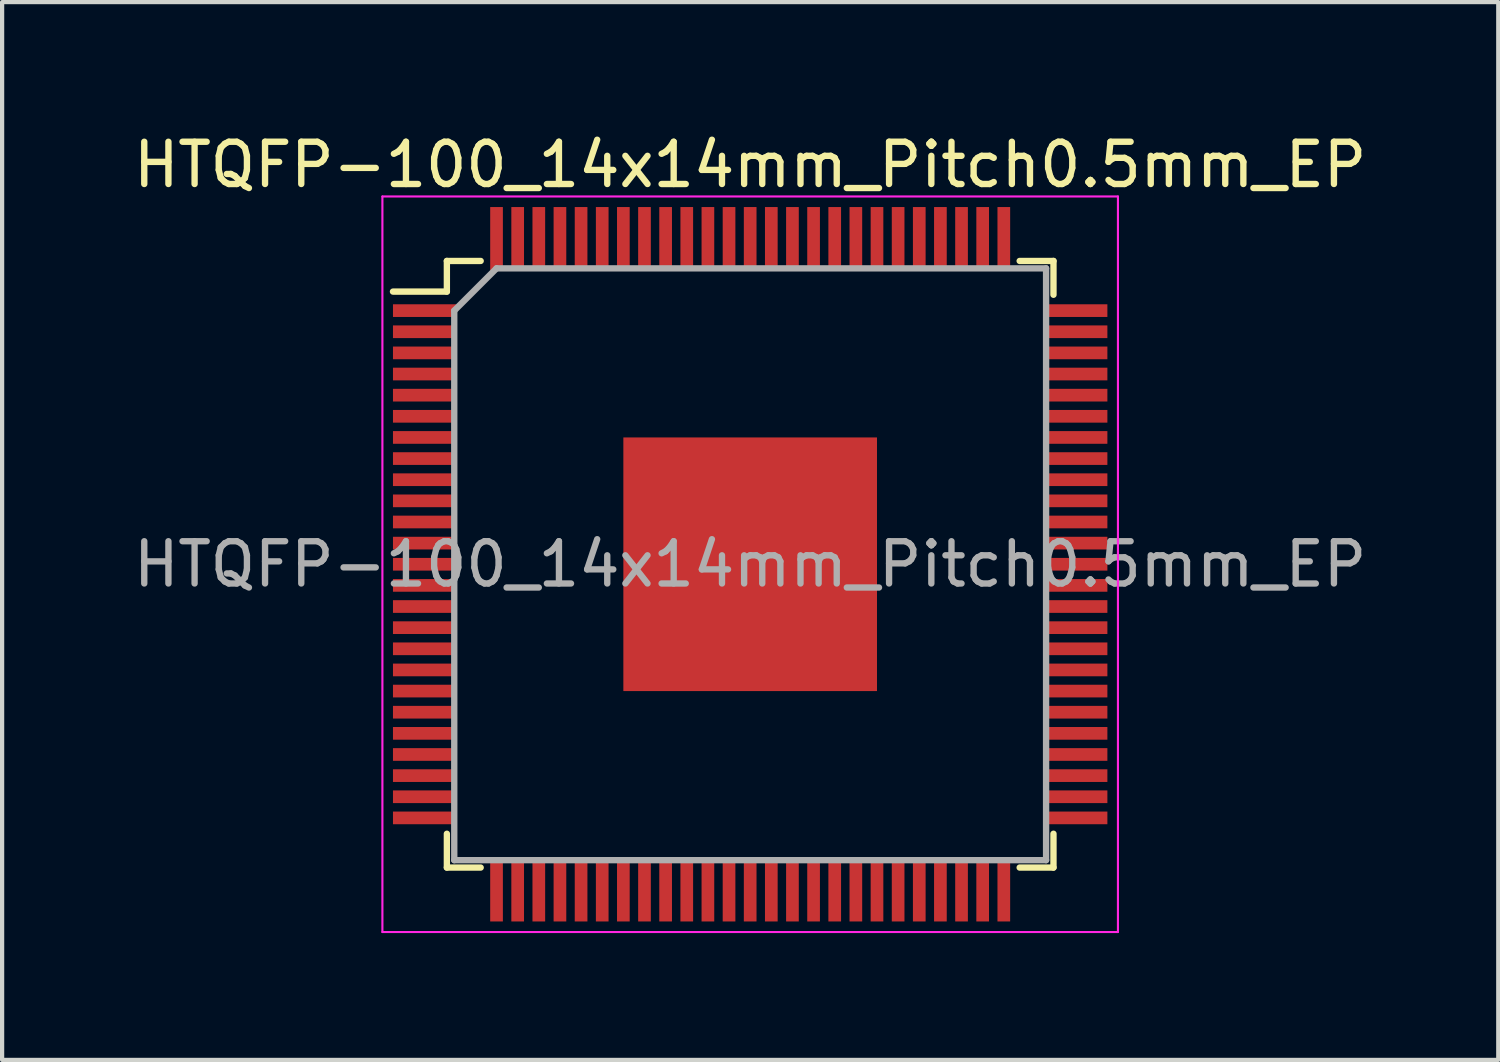
<source format=kicad_pcb>
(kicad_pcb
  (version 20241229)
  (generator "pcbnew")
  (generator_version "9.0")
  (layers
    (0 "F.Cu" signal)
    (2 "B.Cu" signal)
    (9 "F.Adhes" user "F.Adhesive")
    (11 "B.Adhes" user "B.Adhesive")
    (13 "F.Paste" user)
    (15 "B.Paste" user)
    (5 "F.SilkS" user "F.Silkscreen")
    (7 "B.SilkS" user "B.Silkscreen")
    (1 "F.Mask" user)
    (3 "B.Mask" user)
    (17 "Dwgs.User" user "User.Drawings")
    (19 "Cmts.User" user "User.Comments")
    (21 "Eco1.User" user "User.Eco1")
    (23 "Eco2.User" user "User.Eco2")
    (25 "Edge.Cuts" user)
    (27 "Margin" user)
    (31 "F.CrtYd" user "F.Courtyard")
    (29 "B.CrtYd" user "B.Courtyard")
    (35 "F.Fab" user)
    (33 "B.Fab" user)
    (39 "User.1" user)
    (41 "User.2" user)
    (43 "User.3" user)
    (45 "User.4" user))
  (footprint "HTQFP-100_14x14mm_Pitch0.5mm_EP"
    (layer "F.Cu")
    (at 14.696 10.298)
    (property "Reference" "HTQFP-100_14x14mm_Pitch0.5mm_EP" (at 0 -9.45 0) (layer "F.SilkS") (effects (font (size 1 1) (thickness 0.15))))
    (attr smd)
    (fp_line (start -7.175 -7.175) (end -7.175 -6.45) (stroke (width 0.15) (type solid)) (layer "F.SilkS"))
    (fp_line (start -7.175 -7.175) (end -6.375 -7.175) (stroke (width 0.15) (type solid)) (layer "F.SilkS"))
    (fp_line (start -7.175 -6.45) (end -8.45 -6.45) (stroke (width 0.15) (type solid)) (layer "F.SilkS"))
    (fp_line (start -7.175 7.175) (end -7.175 6.375) (stroke (width 0.15) (type solid)) (layer "F.SilkS"))
    (fp_line (start -7.175 7.175) (end -6.375 7.175) (stroke (width 0.15) (type solid)) (layer "F.SilkS"))
    (fp_line (start 7.175 -7.175) (end 6.375 -7.175) (stroke (width 0.15) (type solid)) (layer "F.SilkS"))
    (fp_line (start 7.175 -7.175) (end 7.175 -6.375) (stroke (width 0.15) (type solid)) (layer "F.SilkS"))
    (fp_line (start 7.175 7.175) (end 6.375 7.175) (stroke (width 0.15) (type solid)) (layer "F.SilkS"))
    (fp_line (start 7.175 7.175) (end 7.175 6.375) (stroke (width 0.15) (type solid)) (layer "F.SilkS"))
    (fp_line (start -8.7 -8.7) (end -8.7 8.7) (stroke (width 0.05) (type solid)) (layer "F.CrtYd"))
    (fp_line (start -8.7 -8.7) (end 8.7 -8.7) (stroke (width 0.05) (type solid)) (layer "F.CrtYd"))
    (fp_line (start -8.7 8.7) (end 8.7 8.7) (stroke (width 0.05) (type solid)) (layer "F.CrtYd"))
    (fp_line (start 8.7 -8.7) (end 8.7 8.7) (stroke (width 0.05) (type solid)) (layer "F.CrtYd"))
    (fp_line (start -7 -6) (end -6 -7) (stroke (width 0.15) (type solid)) (layer "F.Fab"))
    (fp_line (start -7 7) (end -7 -6) (stroke (width 0.15) (type solid)) (layer "F.Fab"))
    (fp_line (start -6 -7) (end 7 -7) (stroke (width 0.15) (type solid)) (layer "F.Fab"))
    (fp_line (start 7 -7) (end 7 7) (stroke (width 0.15) (type solid)) (layer "F.Fab"))
    (fp_line (start 7 7) (end -7 7) (stroke (width 0.15) (type solid)) (layer "F.Fab"))
    (fp_text user "${REFERENCE}" (at 0 0 0) (layer "F.Fab") (effects (font (size 1 1) (thickness 0.15))))
    (pad "1" smd rect (at -7.7 -6) (size 1.5 0.3) (layers "F.Cu" "F.Mask" "F.Paste"))
    (pad "2" smd rect (at -7.7 -5.5) (size 1.5 0.3) (layers "F.Cu" "F.Mask" "F.Paste"))
    (pad "3" smd rect (at -7.7 -5) (size 1.5 0.3) (layers "F.Cu" "F.Mask" "F.Paste"))
    (pad "4" smd rect (at -7.7 -4.5) (size 1.5 0.3) (layers "F.Cu" "F.Mask" "F.Paste"))
    (pad "5" smd rect (at -7.7 -4) (size 1.5 0.3) (layers "F.Cu" "F.Mask" "F.Paste"))
    (pad "6" smd rect (at -7.7 -3.5) (size 1.5 0.3) (layers "F.Cu" "F.Mask" "F.Paste"))
    (pad "7" smd rect (at -7.7 -3) (size 1.5 0.3) (layers "F.Cu" "F.Mask" "F.Paste"))
    (pad "8" smd rect (at -7.7 -2.5) (size 1.5 0.3) (layers "F.Cu" "F.Mask" "F.Paste"))
    (pad "9" smd rect (at -7.7 -2) (size 1.5 0.3) (layers "F.Cu" "F.Mask" "F.Paste"))
    (pad "10" smd rect (at -7.7 -1.5) (size 1.5 0.3) (layers "F.Cu" "F.Mask" "F.Paste"))
    (pad "11" smd rect (at -7.7 -1) (size 1.5 0.3) (layers "F.Cu" "F.Mask" "F.Paste"))
    (pad "12" smd rect (at -7.7 -0.5) (size 1.5 0.3) (layers "F.Cu" "F.Mask" "F.Paste"))
    (pad "13" smd rect (at -7.7 0) (size 1.5 0.3) (layers "F.Cu" "F.Mask" "F.Paste"))
    (pad "14" smd rect (at -7.7 0.5) (size 1.5 0.3) (layers "F.Cu" "F.Mask" "F.Paste"))
    (pad "15" smd rect (at -7.7 1) (size 1.5 0.3) (layers "F.Cu" "F.Mask" "F.Paste"))
    (pad "16" smd rect (at -7.7 1.5) (size 1.5 0.3) (layers "F.Cu" "F.Mask" "F.Paste"))
    (pad "17" smd rect (at -7.7 2) (size 1.5 0.3) (layers "F.Cu" "F.Mask" "F.Paste"))
    (pad "18" smd rect (at -7.7 2.5) (size 1.5 0.3) (layers "F.Cu" "F.Mask" "F.Paste"))
    (pad "19" smd rect (at -7.7 3) (size 1.5 0.3) (layers "F.Cu" "F.Mask" "F.Paste"))
    (pad "20" smd rect (at -7.7 3.5) (size 1.5 0.3) (layers "F.Cu" "F.Mask" "F.Paste"))
    (pad "21" smd rect (at -7.7 4) (size 1.5 0.3) (layers "F.Cu" "F.Mask" "F.Paste"))
    (pad "22" smd rect (at -7.7 4.5) (size 1.5 0.3) (layers "F.Cu" "F.Mask" "F.Paste"))
    (pad "23" smd rect (at -7.7 5) (size 1.5 0.3) (layers "F.Cu" "F.Mask" "F.Paste"))
    (pad "24" smd rect (at -7.7 5.5) (size 1.5 0.3) (layers "F.Cu" "F.Mask" "F.Paste"))
    (pad "25" smd rect (at -7.7 6) (size 1.5 0.3) (layers "F.Cu" "F.Mask" "F.Paste"))
    (pad "26" smd rect (at -6 7.7 90) (size 1.5 0.3) (layers "F.Cu" "F.Mask" "F.Paste"))
    (pad "27" smd rect (at -5.5 7.7 90) (size 1.5 0.3) (layers "F.Cu" "F.Mask" "F.Paste"))
    (pad "28" smd rect (at -5 7.7 90) (size 1.5 0.3) (layers "F.Cu" "F.Mask" "F.Paste"))
    (pad "29" smd rect (at -4.5 7.7 90) (size 1.5 0.3) (layers "F.Cu" "F.Mask" "F.Paste"))
    (pad "30" smd rect (at -4 7.7 90) (size 1.5 0.3) (layers "F.Cu" "F.Mask" "F.Paste"))
    (pad "31" smd rect (at -3.5 7.7 90) (size 1.5 0.3) (layers "F.Cu" "F.Mask" "F.Paste"))
    (pad "32" smd rect (at -3 7.7 90) (size 1.5 0.3) (layers "F.Cu" "F.Mask" "F.Paste"))
    (pad "33" smd rect (at -2.5 7.7 90) (size 1.5 0.3) (layers "F.Cu" "F.Mask" "F.Paste"))
    (pad "34" smd rect (at -2 7.7 90) (size 1.5 0.3) (layers "F.Cu" "F.Mask" "F.Paste"))
    (pad "35" smd rect (at -1.5 7.7 90) (size 1.5 0.3) (layers "F.Cu" "F.Mask" "F.Paste"))
    (pad "36" smd rect (at -1 7.7 90) (size 1.5 0.3) (layers "F.Cu" "F.Mask" "F.Paste"))
    (pad "37" smd rect (at -0.5 7.7 90) (size 1.5 0.3) (layers "F.Cu" "F.Mask" "F.Paste"))
    (pad "38" smd rect (at 0 7.7 90) (size 1.5 0.3) (layers "F.Cu" "F.Mask" "F.Paste"))
    (pad "39" smd rect (at 0.5 7.7 90) (size 1.5 0.3) (layers "F.Cu" "F.Mask" "F.Paste"))
    (pad "40" smd rect (at 1 7.7 90) (size 1.5 0.3) (layers "F.Cu" "F.Mask" "F.Paste"))
    (pad "41" smd rect (at 1.5 7.7 90) (size 1.5 0.3) (layers "F.Cu" "F.Mask" "F.Paste"))
    (pad "42" smd rect (at 2 7.7 90) (size 1.5 0.3) (layers "F.Cu" "F.Mask" "F.Paste"))
    (pad "43" smd rect (at 2.5 7.7 90) (size 1.5 0.3) (layers "F.Cu" "F.Mask" "F.Paste"))
    (pad "44" smd rect (at 3 7.7 90) (size 1.5 0.3) (layers "F.Cu" "F.Mask" "F.Paste"))
    (pad "45" smd rect (at 3.5 7.7 90) (size 1.5 0.3) (layers "F.Cu" "F.Mask" "F.Paste"))
    (pad "46" smd rect (at 4 7.7 90) (size 1.5 0.3) (layers "F.Cu" "F.Mask" "F.Paste"))
    (pad "47" smd rect (at 4.5 7.7 90) (size 1.5 0.3) (layers "F.Cu" "F.Mask" "F.Paste"))
    (pad "48" smd rect (at 5 7.7 90) (size 1.5 0.3) (layers "F.Cu" "F.Mask" "F.Paste"))
    (pad "49" smd rect (at 5.5 7.7 90) (size 1.5 0.3) (layers "F.Cu" "F.Mask" "F.Paste"))
    (pad "50" smd rect (at 6 7.7 90) (size 1.5 0.3) (layers "F.Cu" "F.Mask" "F.Paste"))
    (pad "51" smd rect (at 7.7 6) (size 1.5 0.3) (layers "F.Cu" "F.Mask" "F.Paste"))
    (pad "52" smd rect (at 7.7 5.5) (size 1.5 0.3) (layers "F.Cu" "F.Mask" "F.Paste"))
    (pad "53" smd rect (at 7.7 5) (size 1.5 0.3) (layers "F.Cu" "F.Mask" "F.Paste"))
    (pad "54" smd rect (at 7.7 4.5) (size 1.5 0.3) (layers "F.Cu" "F.Mask" "F.Paste"))
    (pad "55" smd rect (at 7.7 4) (size 1.5 0.3) (layers "F.Cu" "F.Mask" "F.Paste"))
    (pad "56" smd rect (at 7.7 3.5) (size 1.5 0.3) (layers "F.Cu" "F.Mask" "F.Paste"))
    (pad "57" smd rect (at 7.7 3) (size 1.5 0.3) (layers "F.Cu" "F.Mask" "F.Paste"))
    (pad "58" smd rect (at 7.7 2.5) (size 1.5 0.3) (layers "F.Cu" "F.Mask" "F.Paste"))
    (pad "59" smd rect (at 7.7 2) (size 1.5 0.3) (layers "F.Cu" "F.Mask" "F.Paste"))
    (pad "60" smd rect (at 7.7 1.5) (size 1.5 0.3) (layers "F.Cu" "F.Mask" "F.Paste"))
    (pad "61" smd rect (at 7.7 1) (size 1.5 0.3) (layers "F.Cu" "F.Mask" "F.Paste"))
    (pad "62" smd rect (at 7.7 0.5) (size 1.5 0.3) (layers "F.Cu" "F.Mask" "F.Paste"))
    (pad "63" smd rect (at 7.7 0) (size 1.5 0.3) (layers "F.Cu" "F.Mask" "F.Paste"))
    (pad "64" smd rect (at 7.7 -0.5) (size 1.5 0.3) (layers "F.Cu" "F.Mask" "F.Paste"))
    (pad "65" smd rect (at 7.7 -1) (size 1.5 0.3) (layers "F.Cu" "F.Mask" "F.Paste"))
    (pad "66" smd rect (at 7.7 -1.5) (size 1.5 0.3) (layers "F.Cu" "F.Mask" "F.Paste"))
    (pad "67" smd rect (at 7.7 -2) (size 1.5 0.3) (layers "F.Cu" "F.Mask" "F.Paste"))
    (pad "68" smd rect (at 7.7 -2.5) (size 1.5 0.3) (layers "F.Cu" "F.Mask" "F.Paste"))
    (pad "69" smd rect (at 7.7 -3) (size 1.5 0.3) (layers "F.Cu" "F.Mask" "F.Paste"))
    (pad "70" smd rect (at 7.7 -3.5) (size 1.5 0.3) (layers "F.Cu" "F.Mask" "F.Paste"))
    (pad "71" smd rect (at 7.7 -4) (size 1.5 0.3) (layers "F.Cu" "F.Mask" "F.Paste"))
    (pad "72" smd rect (at 7.7 -4.5) (size 1.5 0.3) (layers "F.Cu" "F.Mask" "F.Paste"))
    (pad "73" smd rect (at 7.7 -5) (size 1.5 0.3) (layers "F.Cu" "F.Mask" "F.Paste"))
    (pad "74" smd rect (at 7.7 -5.5) (size 1.5 0.3) (layers "F.Cu" "F.Mask" "F.Paste"))
    (pad "75" smd rect (at 7.7 -6) (size 1.5 0.3) (layers "F.Cu" "F.Mask" "F.Paste"))
    (pad "76" smd rect (at 6 -7.7 90) (size 1.5 0.3) (layers "F.Cu" "F.Mask" "F.Paste"))
    (pad "77" smd rect (at 5.5 -7.7 90) (size 1.5 0.3) (layers "F.Cu" "F.Mask" "F.Paste"))
    (pad "78" smd rect (at 5 -7.7 90) (size 1.5 0.3) (layers "F.Cu" "F.Mask" "F.Paste"))
    (pad "79" smd rect (at 4.5 -7.7 90) (size 1.5 0.3) (layers "F.Cu" "F.Mask" "F.Paste"))
    (pad "80" smd rect (at 4 -7.7 90) (size 1.5 0.3) (layers "F.Cu" "F.Mask" "F.Paste"))
    (pad "81" smd rect (at 3.5 -7.7 90) (size 1.5 0.3) (layers "F.Cu" "F.Mask" "F.Paste"))
    (pad "82" smd rect (at 3 -7.7 90) (size 1.5 0.3) (layers "F.Cu" "F.Mask" "F.Paste"))
    (pad "83" smd rect (at 2.5 -7.7 90) (size 1.5 0.3) (layers "F.Cu" "F.Mask" "F.Paste"))
    (pad "84" smd rect (at 2 -7.7 90) (size 1.5 0.3) (layers "F.Cu" "F.Mask" "F.Paste"))
    (pad "85" smd rect (at 1.5 -7.7 90) (size 1.5 0.3) (layers "F.Cu" "F.Mask" "F.Paste"))
    (pad "86" smd rect (at 1 -7.7 90) (size 1.5 0.3) (layers "F.Cu" "F.Mask" "F.Paste"))
    (pad "87" smd rect (at 0.5 -7.7 90) (size 1.5 0.3) (layers "F.Cu" "F.Mask" "F.Paste"))
    (pad "88" smd rect (at 0 -7.7 90) (size 1.5 0.3) (layers "F.Cu" "F.Mask" "F.Paste"))
    (pad "89" smd rect (at -0.5 -7.7 90) (size 1.5 0.3) (layers "F.Cu" "F.Mask" "F.Paste"))
    (pad "90" smd rect (at -1 -7.7 90) (size 1.5 0.3) (layers "F.Cu" "F.Mask" "F.Paste"))
    (pad "91" smd rect (at -1.5 -7.7 90) (size 1.5 0.3) (layers "F.Cu" "F.Mask" "F.Paste"))
    (pad "92" smd rect (at -2 -7.7 90) (size 1.5 0.3) (layers "F.Cu" "F.Mask" "F.Paste"))
    (pad "93" smd rect (at -2.5 -7.7 90) (size 1.5 0.3) (layers "F.Cu" "F.Mask" "F.Paste"))
    (pad "94" smd rect (at -3 -7.7 90) (size 1.5 0.3) (layers "F.Cu" "F.Mask" "F.Paste"))
    (pad "95" smd rect (at -3.5 -7.7 90) (size 1.5 0.3) (layers "F.Cu" "F.Mask" "F.Paste"))
    (pad "96" smd rect (at -4 -7.7 90) (size 1.5 0.3) (layers "F.Cu" "F.Mask" "F.Paste"))
    (pad "97" smd rect (at -4.5 -7.7 90) (size 1.5 0.3) (layers "F.Cu" "F.Mask" "F.Paste"))
    (pad "98" smd rect (at -5 -7.7 90) (size 1.5 0.3) (layers "F.Cu" "F.Mask" "F.Paste"))
    (pad "99" smd rect (at -5.5 -7.7 90) (size 1.5 0.3) (layers "F.Cu" "F.Mask" "F.Paste"))
    (pad "100" smd rect (at -6 -7.7 90) (size 1.5 0.3) (layers "F.Cu" "F.Mask" "F.Paste"))
    (pad "EP" smd rect (at 0 0) (size 6 6) (layers "F.Cu" "F.Mask" "F.Paste")))
  (gr_rect
    (start -3 -3)
    (end 32.393 22.023)
    (stroke (width 0.1) (type default))
    (fill no)
    (layer "Edge.Cuts")))
</source>
